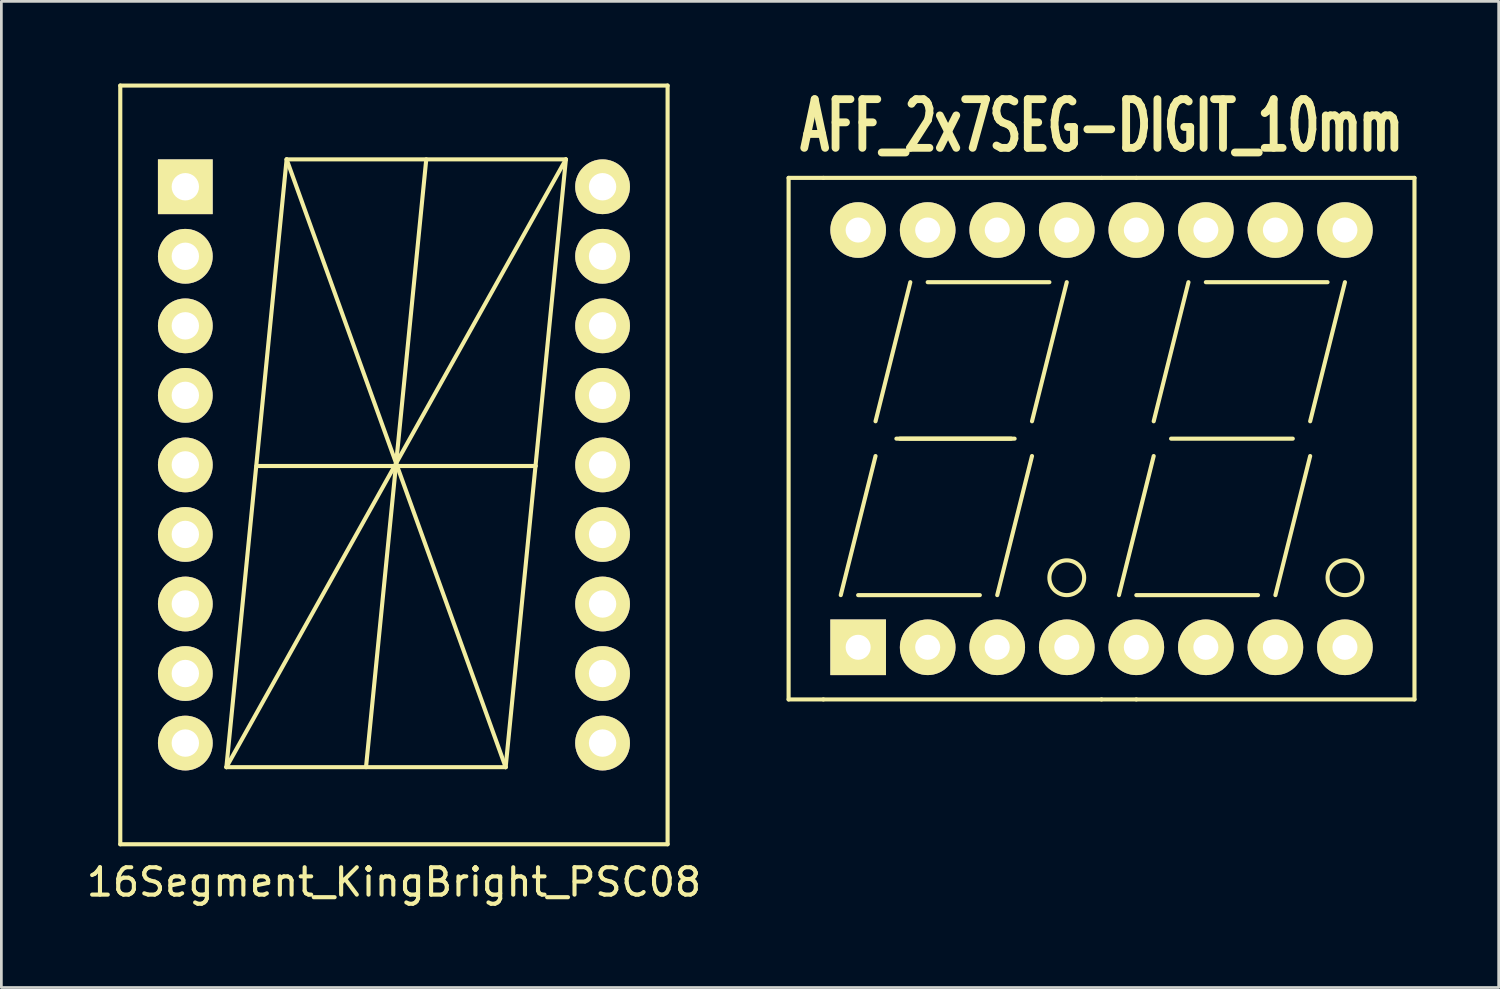
<source format=kicad_pcb>
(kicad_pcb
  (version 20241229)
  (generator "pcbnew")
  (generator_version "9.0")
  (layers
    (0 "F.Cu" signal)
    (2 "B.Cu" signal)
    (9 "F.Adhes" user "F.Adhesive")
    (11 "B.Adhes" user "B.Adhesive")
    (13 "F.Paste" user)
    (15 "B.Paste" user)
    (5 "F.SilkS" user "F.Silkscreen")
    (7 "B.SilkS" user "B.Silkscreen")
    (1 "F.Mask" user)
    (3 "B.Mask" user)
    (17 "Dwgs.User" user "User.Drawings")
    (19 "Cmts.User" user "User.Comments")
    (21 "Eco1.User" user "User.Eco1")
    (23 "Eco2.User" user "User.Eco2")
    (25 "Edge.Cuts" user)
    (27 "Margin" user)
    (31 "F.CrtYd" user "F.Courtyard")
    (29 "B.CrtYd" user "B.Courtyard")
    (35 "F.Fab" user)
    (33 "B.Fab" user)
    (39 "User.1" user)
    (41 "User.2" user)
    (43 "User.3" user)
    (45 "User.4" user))
  (footprint "AFF_2x7SEG-DIGIT_10mm"
    (layer "F.Cu")
    (at 37.184 12.972)
    (property "Reference" "AFF_2x7SEG-DIGIT_10mm" (at 0 -11.43 0) (layer "F.SilkS") (effects (font (size 1.778 1.143) (thickness 0.305))))
    (attr through_hole)
    (fp_line (start -11.43 -9.525) (end -11.43 9.525) (stroke (width 0.15) (type solid)) (layer "F.SilkS"))
    (fp_line (start -11.43 9.525) (end -10.16 9.525) (stroke (width 0.15) (type solid)) (layer "F.SilkS"))
    (fp_line (start -10.16 -9.525) (end -11.43 -9.525) (stroke (width 0.15) (type solid)) (layer "F.SilkS"))
    (fp_line (start -10.16 9.525) (end 0 9.525) (stroke (width 0.15) (type solid)) (layer "F.SilkS"))
    (fp_line (start -8.89 5.715) (end -4.445 5.715) (stroke (width 0.15) (type solid)) (layer "F.SilkS"))
    (fp_line (start -8.255 -0.635) (end -6.985 -5.715) (stroke (width 0.15) (type solid)) (layer "F.SilkS"))
    (fp_line (start -8.255 0.635) (end -9.525 5.715) (stroke (width 0.15) (type solid)) (layer "F.SilkS"))
    (fp_line (start -7.493 0) (end -3.175 0) (stroke (width 0.15) (type solid)) (layer "F.SilkS"))
    (fp_line (start -7.366 0) (end -3.302 0) (stroke (width 0.15) (type solid)) (layer "F.SilkS"))
    (fp_line (start -6.35 -5.715) (end -1.905 -5.715) (stroke (width 0.15) (type solid)) (layer "F.SilkS"))
    (fp_line (start -2.54 -0.635) (end -1.27 -5.715) (stroke (width 0.15) (type solid)) (layer "F.SilkS"))
    (fp_line (start -2.54 0.635) (end -3.81 5.715) (stroke (width 0.15) (type solid)) (layer "F.SilkS"))
    (fp_line (start 0 -9.525) (end -10.16 -9.525) (stroke (width 0.15) (type solid)) (layer "F.SilkS"))
    (fp_line (start 0 9.525) (end 1.27 9.525) (stroke (width 0.15) (type solid)) (layer "F.SilkS"))
    (fp_line (start 0.635 5.715) (end 1.905 0.635) (stroke (width 0.15) (type solid)) (layer "F.SilkS"))
    (fp_line (start 1.27 -9.525) (end 0 -9.525) (stroke (width 0.15) (type solid)) (layer "F.SilkS"))
    (fp_line (start 1.27 -9.525) (end 11.43 -9.525) (stroke (width 0.15) (type solid)) (layer "F.SilkS"))
    (fp_line (start 1.27 5.715) (end 5.715 5.715) (stroke (width 0.15) (type solid)) (layer "F.SilkS"))
    (fp_line (start 1.905 -0.635) (end 3.175 -5.715) (stroke (width 0.15) (type solid)) (layer "F.SilkS"))
    (fp_line (start 2.54 0) (end 6.985 0) (stroke (width 0.15) (type solid)) (layer "F.SilkS"))
    (fp_line (start 3.81 -5.715) (end 8.255 -5.715) (stroke (width 0.15) (type solid)) (layer "F.SilkS"))
    (fp_line (start 7.62 -0.635) (end 8.89 -5.715) (stroke (width 0.15) (type solid)) (layer "F.SilkS"))
    (fp_line (start 7.62 0.635) (end 6.35 5.715) (stroke (width 0.15) (type solid)) (layer "F.SilkS"))
    (fp_line (start 11.43 -9.525) (end 11.43 9.525) (stroke (width 0.15) (type solid)) (layer "F.SilkS"))
    (fp_line (start 11.43 9.525) (end 1.27 9.525) (stroke (width 0.15) (type solid)) (layer "F.SilkS"))
    (fp_circle (center -1.27 5.08) (end -0.635 5.08) (stroke (width 0.15) (type solid)) (fill no) (layer "F.SilkS"))
    (fp_circle (center 8.89 5.08) (end 9.525 5.08) (stroke (width 0.15) (type solid)) (fill no) (layer "F.SilkS"))
    (pad "1" thru_hole rect (at -8.89 7.62) (size 2.032 2.032) (drill 0.914) (layers "*.Cu" "*.Mask" "F.SilkS"))
    (pad "2" thru_hole circle (at -6.35 7.62) (size 2.032 2.032) (drill 0.914) (layers "*.Cu" "*.Mask" "F.SilkS"))
    (pad "3" thru_hole circle (at -3.81 7.62) (size 2.032 2.032) (drill 0.914) (layers "*.Cu" "*.Mask" "F.SilkS"))
    (pad "4" thru_hole circle (at -1.27 7.62) (size 2.032 2.032) (drill 0.914) (layers "*.Cu" "*.Mask" "F.SilkS"))
    (pad "5" thru_hole circle (at 1.27 7.62) (size 2.032 2.032) (drill 0.914) (layers "*.Cu" "*.Mask" "F.SilkS"))
    (pad "6" thru_hole circle (at 3.81 7.62) (size 2.032 2.032) (drill 0.914) (layers "*.Cu" "*.Mask" "F.SilkS"))
    (pad "7" thru_hole circle (at 6.35 7.62) (size 2.032 2.032) (drill 0.914) (layers "*.Cu" "*.Mask" "F.SilkS"))
    (pad "8" thru_hole circle (at 8.89 7.62) (size 2.032 2.032) (drill 0.914) (layers "*.Cu" "*.Mask" "F.SilkS"))
    (pad "9" thru_hole circle (at 8.89 -7.62) (size 2.032 2.032) (drill 0.914) (layers "*.Cu" "*.Mask" "F.SilkS"))
    (pad "10" thru_hole circle (at 6.35 -7.62) (size 2.032 2.032) (drill 0.914) (layers "*.Cu" "*.Mask" "F.SilkS"))
    (pad "11" thru_hole circle (at 3.81 -7.62) (size 2.032 2.032) (drill 0.914) (layers "*.Cu" "*.Mask" "F.SilkS"))
    (pad "12" thru_hole circle (at 1.27 -7.62) (size 2.032 2.032) (drill 0.914) (layers "*.Cu" "*.Mask" "F.SilkS"))
    (pad "13" thru_hole circle (at -1.27 -7.62) (size 2.032 2.032) (drill 0.914) (layers "*.Cu" "*.Mask" "F.SilkS"))
    (pad "14" thru_hole circle (at -3.81 -7.62) (size 2.032 2.032) (drill 0.914) (layers "*.Cu" "*.Mask" "F.SilkS"))
    (pad "15" thru_hole circle (at -6.35 -7.62) (size 2.032 2.032) (drill 0.914) (layers "*.Cu" "*.Mask" "F.SilkS"))
    (pad "16" thru_hole circle (at -8.89 -7.62) (size 2.032 2.032) (drill 0.914) (layers "*.Cu" "*.Mask" "F.SilkS")))
  (footprint "16Segment_KingBright_PSC08"
    (layer "F.Cu")
    (at 3.719 3.771)
    (property "Reference" "16Segment_KingBright_PSC08" (at 7.62 25.4 0) (layer "F.SilkS") (effects (font (size 1 1) (thickness 0.15))))
    (attr through_hole)
    (fp_line (start -2.376 -3.696) (end -2.376 24.016) (stroke (width 0.15) (type solid)) (layer "F.SilkS"))
    (fp_line (start -2.375 -3.696) (end 17.615 -3.696) (stroke (width 0.15) (type solid)) (layer "F.SilkS"))
    (fp_line (start -2.375 24.016) (end 17.615 24.016) (stroke (width 0.15) (type solid)) (layer "F.SilkS"))
    (fp_line (start 1.5 21.2) (end 11.7 21.2) (stroke (width 0.15) (type solid)) (layer "F.SilkS"))
    (fp_line (start 1.5 21.2) (end 13.9 -1) (stroke (width 0.15) (type solid)) (layer "F.SilkS"))
    (fp_line (start 2.6 10.2) (end 12.8 10.2) (stroke (width 0.15) (type solid)) (layer "F.SilkS"))
    (fp_line (start 3.7 -1) (end 1.5 21.2) (stroke (width 0.15) (type solid)) (layer "F.SilkS"))
    (fp_line (start 3.7 -1) (end 11.7 21.2) (stroke (width 0.15) (type solid)) (layer "F.SilkS"))
    (fp_line (start 3.7 -1) (end 13.9 -1) (stroke (width 0.15) (type solid)) (layer "F.SilkS"))
    (fp_line (start 8.8 -1) (end 6.6 21.2) (stroke (width 0.15) (type solid)) (layer "F.SilkS"))
    (fp_line (start 11.7 21.2) (end 13.9 -1) (stroke (width 0.15) (type solid)) (layer "F.SilkS"))
    (fp_line (start 17.615 -3.696) (end 17.615 24.016) (stroke (width 0.15) (type solid)) (layer "F.SilkS"))
    (pad "1" thru_hole rect (at 0 0) (size 2 2) (drill 1) (layers "*.Cu" "*.Mask" "F.SilkS"))
    (pad "2" thru_hole circle (at 0 2.54) (size 2 2) (drill 1) (layers "*.Cu" "*.Mask" "F.SilkS"))
    (pad "3" thru_hole circle (at 0 5.08) (size 2 2) (drill 1) (layers "*.Cu" "*.Mask" "F.SilkS"))
    (pad "4" thru_hole circle (at 0 7.62) (size 2 2) (drill 1) (layers "*.Cu" "*.Mask" "F.SilkS"))
    (pad "5" thru_hole circle (at 0 10.16) (size 2 2) (drill 1) (layers "*.Cu" "*.Mask" "F.SilkS"))
    (pad "6" thru_hole circle (at 0 12.7) (size 2 2) (drill 1) (layers "*.Cu" "*.Mask" "F.SilkS"))
    (pad "7" thru_hole circle (at 0 15.24) (size 2 2) (drill 1) (layers "*.Cu" "*.Mask" "F.SilkS"))
    (pad "8" thru_hole circle (at 0 17.78) (size 2 2) (drill 1) (layers "*.Cu" "*.Mask" "F.SilkS"))
    (pad "9" thru_hole circle (at 0 20.32) (size 2 2) (drill 1) (layers "*.Cu" "*.Mask" "F.SilkS"))
    (pad "10" thru_hole circle (at 15.24 20.32) (size 2 2) (drill 1) (layers "*.Cu" "*.Mask" "F.SilkS"))
    (pad "11" thru_hole circle (at 15.24 17.78) (size 2 2) (drill 1) (layers "*.Cu" "*.Mask" "F.SilkS"))
    (pad "12" thru_hole circle (at 15.24 15.24) (size 2 2) (drill 1) (layers "*.Cu" "*.Mask" "F.SilkS"))
    (pad "13" thru_hole circle (at 15.24 12.7) (size 2 2) (drill 1) (layers "*.Cu" "*.Mask" "F.SilkS"))
    (pad "14" thru_hole circle (at 15.24 10.16) (size 2 2) (drill 1) (layers "*.Cu" "*.Mask" "F.SilkS"))
    (pad "15" thru_hole circle (at 15.24 7.62) (size 2 2) (drill 1) (layers "*.Cu" "*.Mask" "F.SilkS"))
    (pad "16" thru_hole circle (at 15.24 5.08) (size 2 2) (drill 1) (layers "*.Cu" "*.Mask" "F.SilkS"))
    (pad "17" thru_hole circle (at 15.24 2.54) (size 2 2) (drill 1) (layers "*.Cu" "*.Mask" "F.SilkS"))
    (pad "18" thru_hole circle (at 15.24 0) (size 2 2) (drill 1) (layers "*.Cu" "*.Mask" "F.SilkS")))
  (gr_rect
    (start -3 -3)
    (end 51.689 33.019)
    (stroke (width 0.1) (type default))
    (fill no)
    (layer "Edge.Cuts")))
</source>
